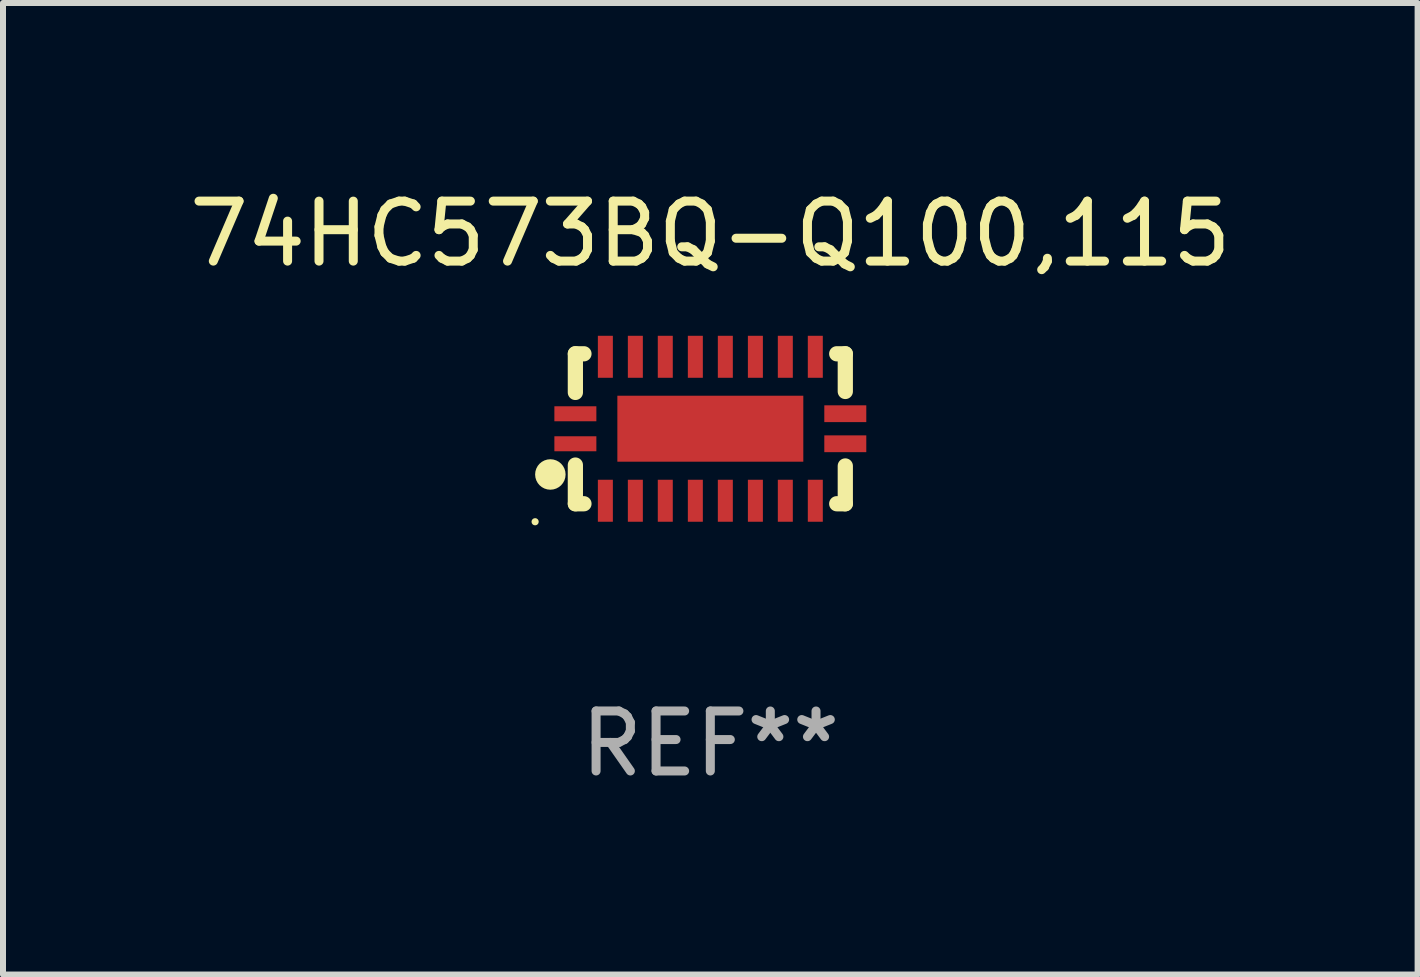
<source format=kicad_pcb>
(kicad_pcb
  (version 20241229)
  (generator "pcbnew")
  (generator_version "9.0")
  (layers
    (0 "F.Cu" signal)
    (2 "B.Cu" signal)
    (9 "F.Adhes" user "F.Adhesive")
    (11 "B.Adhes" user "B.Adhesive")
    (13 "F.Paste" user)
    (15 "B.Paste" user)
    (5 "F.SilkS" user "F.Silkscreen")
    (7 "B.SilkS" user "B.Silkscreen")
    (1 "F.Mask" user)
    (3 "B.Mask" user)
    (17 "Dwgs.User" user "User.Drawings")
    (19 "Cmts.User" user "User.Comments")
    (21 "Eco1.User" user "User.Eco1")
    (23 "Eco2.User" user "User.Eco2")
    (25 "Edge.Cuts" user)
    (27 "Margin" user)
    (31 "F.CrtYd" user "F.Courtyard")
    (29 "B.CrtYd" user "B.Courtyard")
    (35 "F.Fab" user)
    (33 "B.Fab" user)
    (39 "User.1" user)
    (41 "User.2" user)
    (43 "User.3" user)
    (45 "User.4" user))
  (footprint "74HC573BQ-Q100,115"
    (layer "F.Cu")
    (at 8.792 4.098)
    (property "Reference" "74HC573BQ-Q100,115" (at 0 -3.25 0) (layer "F.SilkS") (effects (font (size 1 1) (thickness 0.15))))
    (attr through_hole)
    (fp_line (start -2.25 0.605) (end -2.25 1.25) (stroke (width 0.254) (type solid)) (layer "F.SilkS"))
    (fp_line (start -2.25 1.25) (end -2.107 1.25) (stroke (width 0.254) (type solid)) (layer "F.SilkS"))
    (fp_line (start -2.25 -1.25) (end -2.25 -0.606) (stroke (width 0.254) (type solid)) (layer "F.SilkS"))
    (fp_line (start -2.25 -1.25) (end -2.107 -1.25) (stroke (width 0.254) (type solid)) (layer "F.SilkS"))
    (fp_line (start 2.107 -1.25) (end 2.25 -1.25) (stroke (width 0.254) (type solid)) (layer "F.SilkS"))
    (fp_line (start 2.107 1.25) (end 2.25 1.25) (stroke (width 0.254) (type solid)) (layer "F.SilkS"))
    (fp_line (start 2.25 -1.25) (end 2.25 -0.622) (stroke (width 0.254) (type solid)) (layer "F.SilkS"))
    (fp_line (start 2.25 0.62) (end 2.25 1.25) (stroke (width 0.254) (type solid)) (layer "F.SilkS"))
    (fp_circle (center -2.921 1.55) (end -2.891 1.55) (stroke (width 0.06) (type solid)) (fill no) (layer "F.SilkS"))
    (fp_circle (center -2.667 0.762) (end -2.54 0.762) (stroke (width 0.254) (type solid)) (fill no) (layer "F.SilkS"))
    (fp_text user "REF**" (at 0 5.25 0) (layer "F.Fab") (effects (font (size 1 1) (thickness 0.15))))
    (pad "1" smd rect (at -2.25 0.25 180) (size 0.7 0.25) (layers "F.Cu" "F.Mask" "F.Paste"))
    (pad "2" smd rect (at -1.75 1.2 90) (size 0.7 0.25) (layers "F.Cu" "F.Mask" "F.Paste"))
    (pad "3" smd rect (at -1.25 1.2 90) (size 0.7 0.25) (layers "F.Cu" "F.Mask" "F.Paste"))
    (pad "4" smd rect (at -0.751 1.2 90) (size 0.7 0.25) (layers "F.Cu" "F.Mask" "F.Paste"))
    (pad "5" smd rect (at -0.25 1.2 90) (size 0.7 0.25) (layers "F.Cu" "F.Mask" "F.Paste"))
    (pad "6" smd rect (at 0.25 1.2 90) (size 0.7 0.25) (layers "F.Cu" "F.Mask" "F.Paste"))
    (pad "7" smd rect (at 0.751 1.2 90) (size 0.7 0.25) (layers "F.Cu" "F.Mask" "F.Paste"))
    (pad "8" smd rect (at 1.25 1.2 90) (size 0.7 0.25) (layers "F.Cu" "F.Mask" "F.Paste"))
    (pad "9" smd rect (at 1.75 1.2 90) (size 0.7 0.25) (layers "F.Cu" "F.Mask" "F.Paste"))
    (pad "10" smd rect (at 2.25 0.25 180) (size 0.7 0.28) (layers "F.Cu" "F.Mask" "F.Paste"))
    (pad "11" smd rect (at 2.25 -0.251 180) (size 0.7 0.28) (layers "F.Cu" "F.Mask" "F.Paste"))
    (pad "12" smd rect (at 1.75 -1.2 90) (size 0.7 0.25) (layers "F.Cu" "F.Mask" "F.Paste"))
    (pad "13" smd rect (at 1.25 -1.2 90) (size 0.7 0.25) (layers "F.Cu" "F.Mask" "F.Paste"))
    (pad "14" smd rect (at 0.751 -1.2 90) (size 0.7 0.25) (layers "F.Cu" "F.Mask" "F.Paste"))
    (pad "15" smd rect (at 0.25 -1.2 90) (size 0.7 0.25) (layers "F.Cu" "F.Mask" "F.Paste"))
    (pad "16" smd rect (at -0.25 -1.2 90) (size 0.7 0.25) (layers "F.Cu" "F.Mask" "F.Paste"))
    (pad "17" smd rect (at -0.751 -1.2 90) (size 0.7 0.25) (layers "F.Cu" "F.Mask" "F.Paste"))
    (pad "18" smd rect (at -1.25 -1.2 90) (size 0.7 0.25) (layers "F.Cu" "F.Mask" "F.Paste"))
    (pad "19" smd rect (at -1.75 -1.2 90) (size 0.7 0.25) (layers "F.Cu" "F.Mask" "F.Paste"))
    (pad "20" smd rect (at -2.25 -0.25 180) (size 0.7 0.25) (layers "F.Cu" "F.Mask" "F.Paste"))
    (pad "21" smd rect (at 0 -0.001 180) (size 3.1 1.1) (layers "F.Cu" "F.Mask" "F.Paste")))
  (gr_rect
    (start -3 -3)
    (end 20.583 13.197)
    (stroke (width 0.1) (type default))
    (fill no)
    (layer "Edge.Cuts")))
</source>
